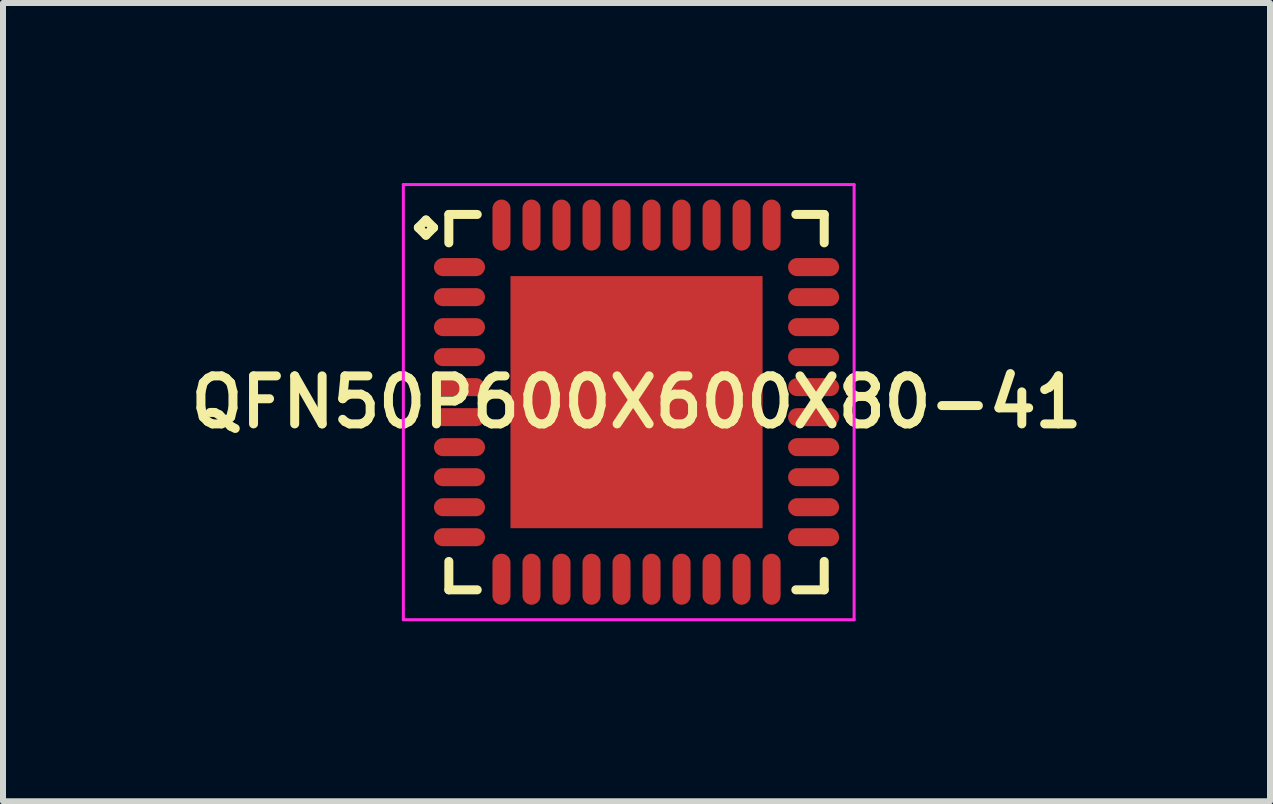
<source format=kicad_pcb>
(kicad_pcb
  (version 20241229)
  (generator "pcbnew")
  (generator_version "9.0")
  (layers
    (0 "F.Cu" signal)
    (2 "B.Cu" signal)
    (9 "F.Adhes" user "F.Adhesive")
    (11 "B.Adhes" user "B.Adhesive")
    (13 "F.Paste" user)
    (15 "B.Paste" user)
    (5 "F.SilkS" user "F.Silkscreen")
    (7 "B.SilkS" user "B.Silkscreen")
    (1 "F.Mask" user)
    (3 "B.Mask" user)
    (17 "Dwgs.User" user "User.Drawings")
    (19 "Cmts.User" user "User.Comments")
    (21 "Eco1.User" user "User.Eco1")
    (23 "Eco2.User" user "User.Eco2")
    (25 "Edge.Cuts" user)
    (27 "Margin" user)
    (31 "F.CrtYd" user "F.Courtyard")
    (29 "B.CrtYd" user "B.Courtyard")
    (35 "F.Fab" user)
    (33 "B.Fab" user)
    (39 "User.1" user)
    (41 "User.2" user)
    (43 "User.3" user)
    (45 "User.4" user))
  (footprint "QFN50P600X600X80-41"
    (layer "F.Cu")
    (at 7.555 3.65)
    (property "Reference" "QFN50P600X600X80-41" (at 0 0 0) (layer "F.SilkS") (effects (font (size 0.8 0.8) (thickness 0.15))))
    (attr smd)
    (fp_line (start -3.635 -2.908) (end -3.508 -3.035) (stroke (width 0.15) (type solid)) (layer "F.SilkS"))
    (fp_line (start -3.508 -3.035) (end -3.381 -2.908) (stroke (width 0.15) (type solid)) (layer "F.SilkS"))
    (fp_line (start -3.508 -2.781) (end -3.635 -2.908) (stroke (width 0.15) (type solid)) (layer "F.SilkS"))
    (fp_line (start -3.381 -2.908) (end -3.508 -2.781) (stroke (width 0.15) (type solid)) (layer "F.SilkS"))
    (fp_line (start -3.127 -3.127) (end -2.654 -3.127) (stroke (width 0.15) (type solid)) (layer "F.SilkS"))
    (fp_line (start -3.127 -2.654) (end -3.127 -3.127) (stroke (width 0.15) (type solid)) (layer "F.SilkS"))
    (fp_line (start -3.127 2.654) (end -3.127 3.127) (stroke (width 0.15) (type solid)) (layer "F.SilkS"))
    (fp_line (start -3.127 3.127) (end -2.654 3.127) (stroke (width 0.15) (type solid)) (layer "F.SilkS"))
    (fp_line (start 2.654 -3.127) (end 3.127 -3.127) (stroke (width 0.15) (type solid)) (layer "F.SilkS"))
    (fp_line (start 2.654 3.127) (end 3.127 3.127) (stroke (width 0.15) (type solid)) (layer "F.SilkS"))
    (fp_line (start 3.127 -3.127) (end 3.127 -2.654) (stroke (width 0.15) (type solid)) (layer "F.SilkS"))
    (fp_line (start 3.127 3.127) (end 3.127 2.654) (stroke (width 0.15) (type solid)) (layer "F.SilkS"))
    (fp_line (start -3.885 -3.625) (end 3.625 -3.625) (stroke (width 0.05) (type solid)) (layer "F.CrtYd"))
    (fp_line (start -3.885 3.625) (end -3.885 -3.625) (stroke (width 0.05) (type solid)) (layer "F.CrtYd"))
    (fp_line (start 3.625 -3.625) (end 3.625 3.625) (stroke (width 0.05) (type solid)) (layer "F.CrtYd"))
    (fp_line (start 3.625 3.625) (end -3.885 3.625) (stroke (width 0.05) (type solid)) (layer "F.CrtYd"))
    (pad "1" smd oval (at -2.95 -2.25) (size 0.85 0.3) (layers "F.Cu" "F.Mask" "F.Paste"))
    (pad "2" smd oval (at -2.95 -1.75) (size 0.85 0.3) (layers "F.Cu" "F.Mask" "F.Paste"))
    (pad "3" smd oval (at -2.95 -1.25) (size 0.85 0.3) (layers "F.Cu" "F.Mask" "F.Paste"))
    (pad "4" smd oval (at -2.95 -0.75) (size 0.85 0.3) (layers "F.Cu" "F.Mask" "F.Paste"))
    (pad "5" smd oval (at -2.95 -0.25) (size 0.85 0.3) (layers "F.Cu" "F.Mask" "F.Paste"))
    (pad "6" smd oval (at -2.95 0.25) (size 0.85 0.3) (layers "F.Cu" "F.Mask" "F.Paste"))
    (pad "7" smd oval (at -2.95 0.75) (size 0.85 0.3) (layers "F.Cu" "F.Mask" "F.Paste"))
    (pad "8" smd oval (at -2.95 1.25) (size 0.85 0.3) (layers "F.Cu" "F.Mask" "F.Paste"))
    (pad "9" smd oval (at -2.95 1.75) (size 0.85 0.3) (layers "F.Cu" "F.Mask" "F.Paste"))
    (pad "10" smd oval (at -2.95 2.25) (size 0.85 0.3) (layers "F.Cu" "F.Mask" "F.Paste"))
    (pad "11" smd oval (at -2.25 2.95) (size 0.3 0.85) (layers "F.Cu" "F.Mask" "F.Paste"))
    (pad "12" smd oval (at -1.75 2.95) (size 0.3 0.85) (layers "F.Cu" "F.Mask" "F.Paste"))
    (pad "13" smd oval (at -1.25 2.95) (size 0.3 0.85) (layers "F.Cu" "F.Mask" "F.Paste"))
    (pad "14" smd oval (at -0.75 2.95) (size 0.3 0.85) (layers "F.Cu" "F.Mask" "F.Paste"))
    (pad "15" smd oval (at -0.25 2.95) (size 0.3 0.85) (layers "F.Cu" "F.Mask" "F.Paste"))
    (pad "16" smd oval (at 0.25 2.95) (size 0.3 0.85) (layers "F.Cu" "F.Mask" "F.Paste"))
    (pad "17" smd oval (at 0.75 2.95) (size 0.3 0.85) (layers "F.Cu" "F.Mask" "F.Paste"))
    (pad "18" smd oval (at 1.25 2.95) (size 0.3 0.85) (layers "F.Cu" "F.Mask" "F.Paste"))
    (pad "19" smd oval (at 1.75 2.95) (size 0.3 0.85) (layers "F.Cu" "F.Mask" "F.Paste"))
    (pad "20" smd oval (at 2.25 2.95) (size 0.3 0.85) (layers "F.Cu" "F.Mask" "F.Paste"))
    (pad "21" smd oval (at 2.95 2.25) (size 0.85 0.3) (layers "F.Cu" "F.Mask" "F.Paste"))
    (pad "22" smd oval (at 2.95 1.75) (size 0.85 0.3) (layers "F.Cu" "F.Mask" "F.Paste"))
    (pad "23" smd oval (at 2.95 1.25) (size 0.85 0.3) (layers "F.Cu" "F.Mask" "F.Paste"))
    (pad "24" smd oval (at 2.95 0.75) (size 0.85 0.3) (layers "F.Cu" "F.Mask" "F.Paste"))
    (pad "25" smd oval (at 2.95 0.25) (size 0.85 0.3) (layers "F.Cu" "F.Mask" "F.Paste"))
    (pad "26" smd oval (at 2.95 -0.25) (size 0.85 0.3) (layers "F.Cu" "F.Mask" "F.Paste"))
    (pad "27" smd oval (at 2.95 -0.75) (size 0.85 0.3) (layers "F.Cu" "F.Mask" "F.Paste"))
    (pad "28" smd oval (at 2.95 -1.25) (size 0.85 0.3) (layers "F.Cu" "F.Mask" "F.Paste"))
    (pad "29" smd oval (at 2.95 -1.75) (size 0.85 0.3) (layers "F.Cu" "F.Mask" "F.Paste"))
    (pad "30" smd oval (at 2.95 -2.25) (size 0.85 0.3) (layers "F.Cu" "F.Mask" "F.Paste"))
    (pad "31" smd oval (at 2.25 -2.95) (size 0.3 0.85) (layers "F.Cu" "F.Mask" "F.Paste"))
    (pad "32" smd oval (at 1.75 -2.95) (size 0.3 0.85) (layers "F.Cu" "F.Mask" "F.Paste"))
    (pad "33" smd oval (at 1.25 -2.95) (size 0.3 0.85) (layers "F.Cu" "F.Mask" "F.Paste"))
    (pad "34" smd oval (at 0.75 -2.95) (size 0.3 0.85) (layers "F.Cu" "F.Mask" "F.Paste"))
    (pad "35" smd oval (at 0.25 -2.95) (size 0.3 0.85) (layers "F.Cu" "F.Mask" "F.Paste"))
    (pad "36" smd oval (at -0.25 -2.95) (size 0.3 0.85) (layers "F.Cu" "F.Mask" "F.Paste"))
    (pad "37" smd oval (at -0.75 -2.95) (size 0.3 0.85) (layers "F.Cu" "F.Mask" "F.Paste"))
    (pad "38" smd oval (at -1.25 -2.95) (size 0.3 0.85) (layers "F.Cu" "F.Mask" "F.Paste"))
    (pad "39" smd oval (at -1.75 -2.95) (size 0.3 0.85) (layers "F.Cu" "F.Mask" "F.Paste"))
    (pad "40" smd oval (at -2.25 -2.95) (size 0.3 0.85) (layers "F.Cu" "F.Mask" "F.Paste"))
    (pad "41" smd rect (at 0 0) (size 4.2 4.2) (layers "F.Cu" "F.Mask" "F.Paste")))
  (gr_rect
    (start -3 -3)
    (end 18.109 10.3)
    (stroke (width 0.1) (type default))
    (fill no)
    (layer "Edge.Cuts")))
</source>
